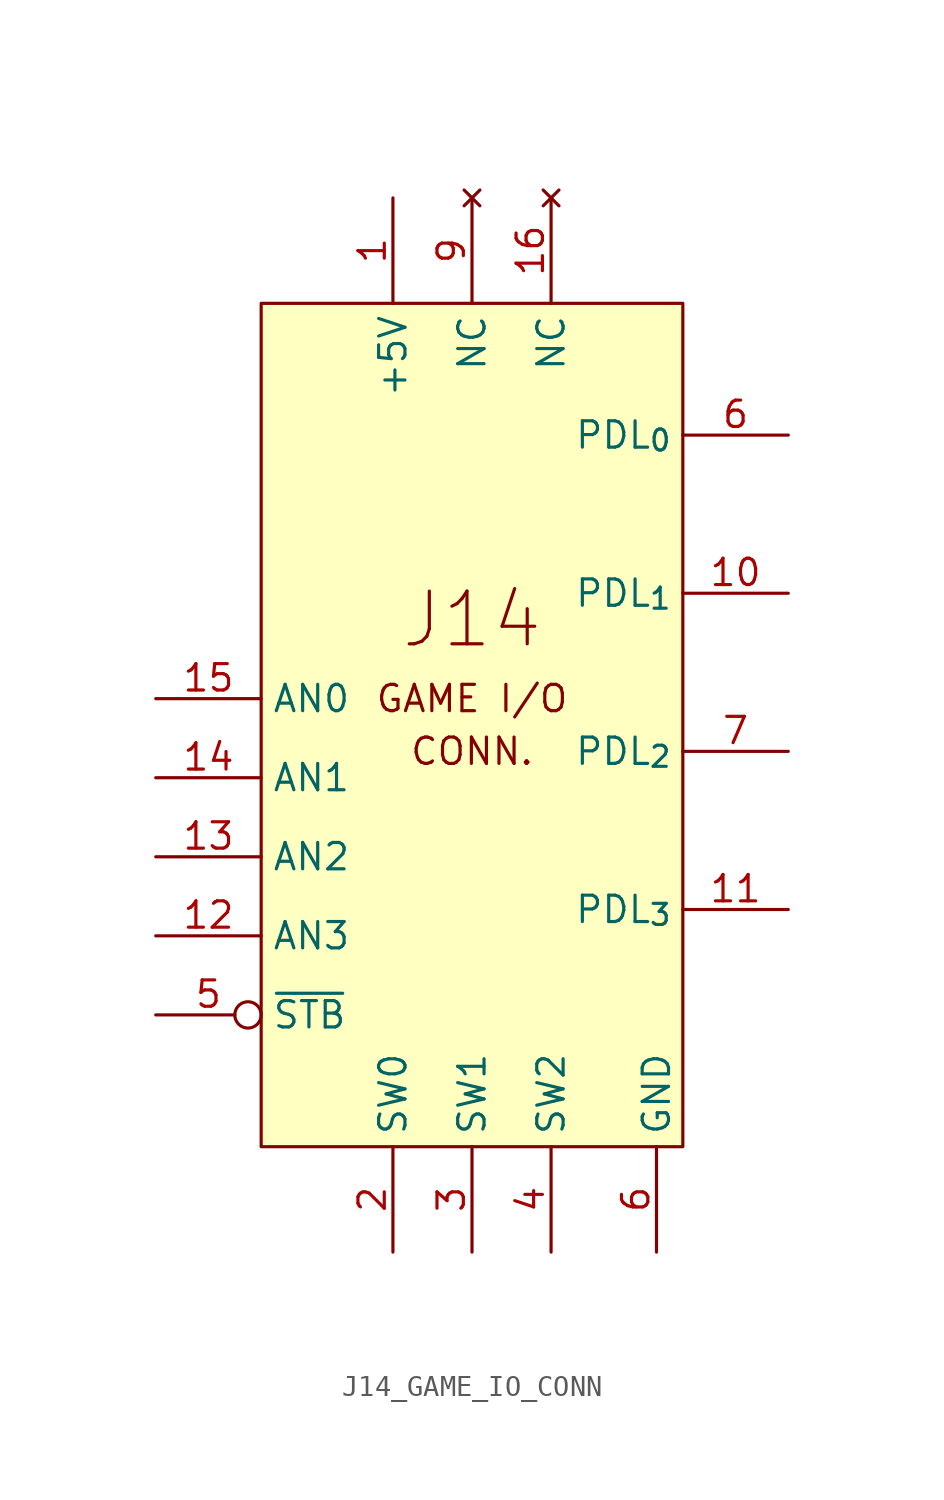
<source format=kicad_sym>
(kicad_symbol_lib
  (version 20211014)
  (generator kicad_symbol_editor)
  (symbol "J14_GAME_IO_CONN"
    (property "Reference" "CN"
      (at -36.83 25.4 0)
      (effects (font (size 1.27 1.27)) hide))
    (symbol "J14_GAME_IO_CONN_0_0"
      (text "CONN." (at 10.16 -21.59 0) (effects (font (size 1.27 1.27))))
      (text "GAME I/O" (at 10.16 -19.05 0) (effects (font (size 1.27 1.27))))
      (text "J14" (at 10.16 -15.24 0) (effects (font (size 2.54 2.54)))))
    (symbol "J14_GAME_IO_CONN_0_1"
      (rectangle (start 0 0) (end 20.32 -40.64) (stroke (width 0) (type default) (color 0 0 0 0)) (fill (type background))))
    (symbol "J14_GAME_IO_CONN_1_0"
      (pin passive line (at 6.35 5.08 270) (length 5.08) (name "+5V" (effects (font (size 1.27 1.27)))) (number "1" (effects (font (size 1.27 1.27)))))
      (pin passive line (at 25.4 -13.97 180) (length 5.08) (name "PDL_{1}" (effects (font (size 1.27 1.27)))) (number "10" (effects (font (size 1.27 1.27)))))
      (pin passive line (at 25.4 -29.21 180) (length 5.08) (name "PDL_{3}" (effects (font (size 1.27 1.27)))) (number "11" (effects (font (size 1.27 1.27)))))
      (pin passive line (at -5.08 -30.48 0) (length 5.08) (name "AN3" (effects (font (size 1.27 1.27)))) (number "12" (effects (font (size 1.27 1.27)))))
      (pin passive line (at -5.08 -26.67 0) (length 5.08) (name "AN2" (effects (font (size 1.27 1.27)))) (number "13" (effects (font (size 1.27 1.27)))))
      (pin passive line (at -5.08 -22.86 0) (length 5.08) (name "AN1" (effects (font (size 1.27 1.27)))) (number "14" (effects (font (size 1.27 1.27)))))
      (pin passive line (at -5.08 -19.05 0) (length 5.08) (name "AN0" (effects (font (size 1.27 1.27)))) (number "15" (effects (font (size 1.27 1.27)))))
      (pin no_connect line (at 13.97 5.08 270) (length 5.08) (name "NC" (effects (font (size 1.27 1.27)))) (number "16" (effects (font (size 1.27 1.27)))))
      (pin passive line (at 6.35 -45.72 90) (length 5.08) (name "SW0" (effects (font (size 1.27 1.27)))) (number "2" (effects (font (size 1.27 1.27)))))
      (pin passive line (at 10.16 -45.72 90) (length 5.08) (name "SW1" (effects (font (size 1.27 1.27)))) (number "3" (effects (font (size 1.27 1.27)))))
      (pin passive line (at 13.97 -45.72 90) (length 5.08) (name "SW2" (effects (font (size 1.27 1.27)))) (number "4" (effects (font (size 1.27 1.27)))))
      (pin passive inverted (at -5.08 -34.29 0) (length 5.08) (name "~{STB}" (effects (font (size 1.27 1.27)))) (number "5" (effects (font (size 1.27 1.27)))))
      (pin passive line (at 19.05 -45.72 90) (length 5.08) (name "GND" (effects (font (size 1.27 1.27)))) (number "6" (effects (font (size 1.27 1.27)))))
      (pin passive line (at 25.4 -6.35 180) (length 5.08) (name "PDL_{0}" (effects (font (size 1.27 1.27)))) (number "6" (effects (font (size 1.27 1.27)))))
      (pin passive line (at 25.4 -21.59 180) (length 5.08) (name "PDL_{2}" (effects (font (size 1.27 1.27)))) (number "7" (effects (font (size 1.27 1.27)))))
      (pin no_connect line (at 10.16 5.08 270) (length 5.08) (name "NC" (effects (font (size 1.27 1.27)))) (number "9" (effects (font (size 1.27 1.27))))))))
</source>
